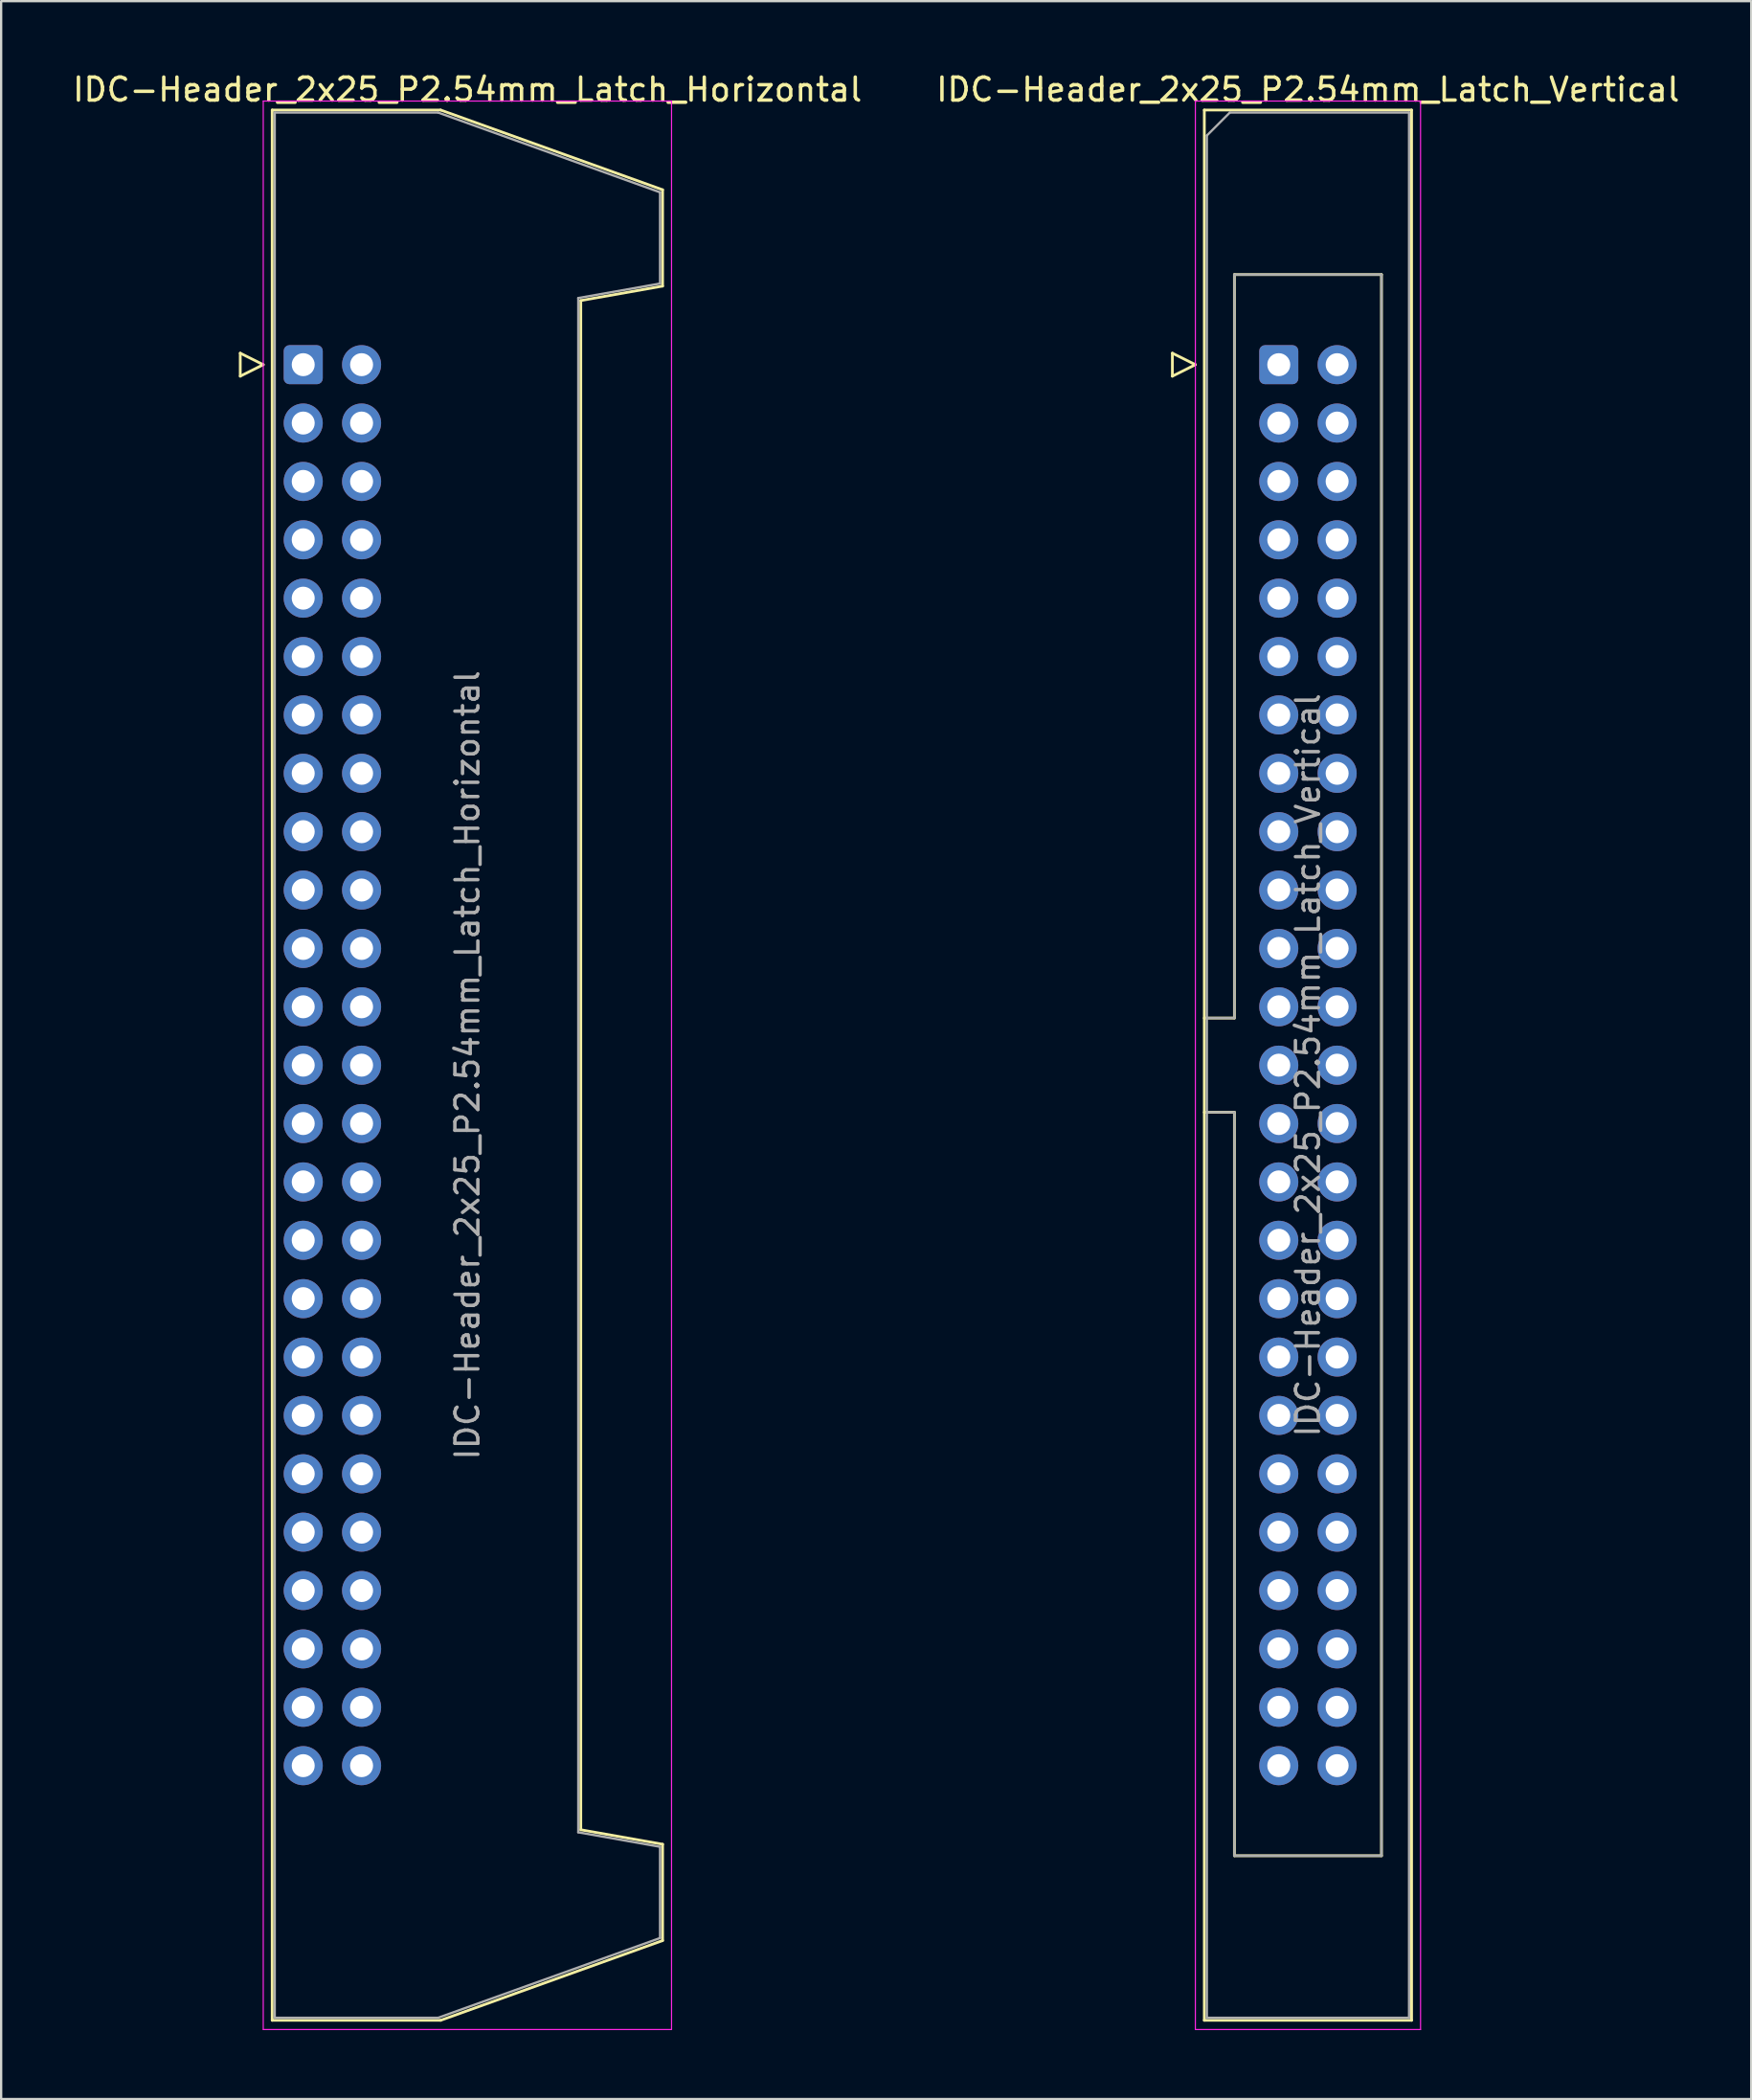
<source format=kicad_pcb>
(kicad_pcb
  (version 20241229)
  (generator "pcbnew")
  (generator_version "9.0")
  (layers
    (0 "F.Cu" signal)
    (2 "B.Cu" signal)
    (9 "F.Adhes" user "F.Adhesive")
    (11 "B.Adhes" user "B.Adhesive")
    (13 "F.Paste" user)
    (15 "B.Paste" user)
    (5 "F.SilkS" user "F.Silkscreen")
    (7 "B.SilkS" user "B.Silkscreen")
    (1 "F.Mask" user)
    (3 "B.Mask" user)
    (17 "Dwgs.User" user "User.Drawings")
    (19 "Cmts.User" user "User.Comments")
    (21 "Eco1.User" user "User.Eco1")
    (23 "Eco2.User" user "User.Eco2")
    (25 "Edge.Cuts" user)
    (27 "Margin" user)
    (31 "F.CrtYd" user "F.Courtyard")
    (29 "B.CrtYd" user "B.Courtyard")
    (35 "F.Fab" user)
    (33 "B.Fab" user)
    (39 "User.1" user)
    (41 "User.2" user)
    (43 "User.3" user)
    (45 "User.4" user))
  (footprint "IDC-Header_2x25_P2.54mm_Latch_Vertical"
    (layer "F.Cu")
    (at 52.605 12.818)
    (property "Reference" "IDC-Header_2x25_P2.54mm_Latch_Vertical" (at 1.27 -11.97 0) (layer "F.SilkS") (effects (font (size 1 1) (thickness 0.15))))
    (attr through_hole)
    (fp_line (start -4.63 -0.5) (end -4.63 0.5) (stroke (width 0.12) (type solid)) (layer "F.SilkS"))
    (fp_line (start -4.63 0.5) (end -3.63 0) (stroke (width 0.12) (type solid)) (layer "F.SilkS"))
    (fp_line (start -3.63 0) (end -4.63 -0.5) (stroke (width 0.12) (type solid)) (layer "F.SilkS"))
    (fp_line (start -3.24 -11.08) (end 5.78 -11.08) (stroke (width 0.12) (type solid)) (layer "F.SilkS"))
    (fp_line (start -3.24 28.43) (end -1.93 28.43) (stroke (width 0.12) (type solid)) (layer "F.SilkS"))
    (fp_line (start -3.24 72.04) (end -3.24 -11.08) (stroke (width 0.12) (type solid)) (layer "F.SilkS"))
    (fp_line (start -1.93 -3.92) (end 4.47 -3.92) (stroke (width 0.12) (type solid)) (layer "F.SilkS"))
    (fp_line (start -1.93 28.43) (end -1.93 -3.92) (stroke (width 0.12) (type solid)) (layer "F.SilkS"))
    (fp_line (start -1.93 32.53) (end -3.24 32.53) (stroke (width 0.12) (type solid)) (layer "F.SilkS"))
    (fp_line (start -1.93 64.88) (end -1.93 32.53) (stroke (width 0.12) (type solid)) (layer "F.SilkS"))
    (fp_line (start 4.47 -3.92) (end 4.47 64.88) (stroke (width 0.12) (type solid)) (layer "F.SilkS"))
    (fp_line (start 4.47 64.88) (end -1.93 64.88) (stroke (width 0.12) (type solid)) (layer "F.SilkS"))
    (fp_line (start 5.78 -11.08) (end 5.78 72.04) (stroke (width 0.12) (type solid)) (layer "F.SilkS"))
    (fp_line (start 5.78 72.04) (end -3.24 72.04) (stroke (width 0.12) (type solid)) (layer "F.SilkS"))
    (fp_line (start -3.63 -11.47) (end -3.63 72.44) (stroke (width 0.05) (type solid)) (layer "F.CrtYd"))
    (fp_line (start -3.63 72.44) (end 6.17 72.44) (stroke (width 0.05) (type solid)) (layer "F.CrtYd"))
    (fp_line (start 6.17 -11.47) (end -3.63 -11.47) (stroke (width 0.05) (type solid)) (layer "F.CrtYd"))
    (fp_line (start 6.17 72.44) (end 6.17 -11.47) (stroke (width 0.05) (type solid)) (layer "F.CrtYd"))
    (fp_line (start -3.13 -9.97) (end -2.13 -10.97) (stroke (width 0.1) (type solid)) (layer "F.Fab"))
    (fp_line (start -3.13 28.43) (end -1.93 28.43) (stroke (width 0.1) (type solid)) (layer "F.Fab"))
    (fp_line (start -3.13 71.93) (end -3.13 -9.97) (stroke (width 0.1) (type solid)) (layer "F.Fab"))
    (fp_line (start -2.13 -10.97) (end 5.67 -10.97) (stroke (width 0.1) (type solid)) (layer "F.Fab"))
    (fp_line (start -1.93 -3.92) (end 4.47 -3.92) (stroke (width 0.1) (type solid)) (layer "F.Fab"))
    (fp_line (start -1.93 28.43) (end -1.93 -3.92) (stroke (width 0.1) (type solid)) (layer "F.Fab"))
    (fp_line (start -1.93 32.53) (end -3.13 32.53) (stroke (width 0.1) (type solid)) (layer "F.Fab"))
    (fp_line (start -1.93 64.88) (end -1.93 32.53) (stroke (width 0.1) (type solid)) (layer "F.Fab"))
    (fp_line (start 4.47 -3.92) (end 4.47 64.88) (stroke (width 0.1) (type solid)) (layer "F.Fab"))
    (fp_line (start 4.47 64.88) (end -1.93 64.88) (stroke (width 0.1) (type solid)) (layer "F.Fab"))
    (fp_line (start 5.67 -10.97) (end 5.67 71.93) (stroke (width 0.1) (type solid)) (layer "F.Fab"))
    (fp_line (start 5.67 71.93) (end -3.13 71.93) (stroke (width 0.1) (type solid)) (layer "F.Fab"))
    (fp_text user "${REFERENCE}" (at 1.27 30.48 90) (layer "F.Fab") (effects (font (size 1 1) (thickness 0.15))))
    (pad "1" thru_hole roundrect (at 0 0) (size 1.7 1.7) (drill 1) (layers "*.Cu" "*.Mask") (roundrect_rratio 0.147))
    (pad "2" thru_hole circle (at 2.54 0) (size 1.7 1.7) (drill 1) (layers "*.Cu" "*.Mask"))
    (pad "3" thru_hole circle (at 0 2.54) (size 1.7 1.7) (drill 1) (layers "*.Cu" "*.Mask"))
    (pad "4" thru_hole circle (at 2.54 2.54) (size 1.7 1.7) (drill 1) (layers "*.Cu" "*.Mask"))
    (pad "5" thru_hole circle (at 0 5.08) (size 1.7 1.7) (drill 1) (layers "*.Cu" "*.Mask"))
    (pad "6" thru_hole circle (at 2.54 5.08) (size 1.7 1.7) (drill 1) (layers "*.Cu" "*.Mask"))
    (pad "7" thru_hole circle (at 0 7.62) (size 1.7 1.7) (drill 1) (layers "*.Cu" "*.Mask"))
    (pad "8" thru_hole circle (at 2.54 7.62) (size 1.7 1.7) (drill 1) (layers "*.Cu" "*.Mask"))
    (pad "9" thru_hole circle (at 0 10.16) (size 1.7 1.7) (drill 1) (layers "*.Cu" "*.Mask"))
    (pad "10" thru_hole circle (at 2.54 10.16) (size 1.7 1.7) (drill 1) (layers "*.Cu" "*.Mask"))
    (pad "11" thru_hole circle (at 0 12.7) (size 1.7 1.7) (drill 1) (layers "*.Cu" "*.Mask"))
    (pad "12" thru_hole circle (at 2.54 12.7) (size 1.7 1.7) (drill 1) (layers "*.Cu" "*.Mask"))
    (pad "13" thru_hole circle (at 0 15.24) (size 1.7 1.7) (drill 1) (layers "*.Cu" "*.Mask"))
    (pad "14" thru_hole circle (at 2.54 15.24) (size 1.7 1.7) (drill 1) (layers "*.Cu" "*.Mask"))
    (pad "15" thru_hole circle (at 0 17.78) (size 1.7 1.7) (drill 1) (layers "*.Cu" "*.Mask"))
    (pad "16" thru_hole circle (at 2.54 17.78) (size 1.7 1.7) (drill 1) (layers "*.Cu" "*.Mask"))
    (pad "17" thru_hole circle (at 0 20.32) (size 1.7 1.7) (drill 1) (layers "*.Cu" "*.Mask"))
    (pad "18" thru_hole circle (at 2.54 20.32) (size 1.7 1.7) (drill 1) (layers "*.Cu" "*.Mask"))
    (pad "19" thru_hole circle (at 0 22.86) (size 1.7 1.7) (drill 1) (layers "*.Cu" "*.Mask"))
    (pad "20" thru_hole circle (at 2.54 22.86) (size 1.7 1.7) (drill 1) (layers "*.Cu" "*.Mask"))
    (pad "21" thru_hole circle (at 0 25.4) (size 1.7 1.7) (drill 1) (layers "*.Cu" "*.Mask"))
    (pad "22" thru_hole circle (at 2.54 25.4) (size 1.7 1.7) (drill 1) (layers "*.Cu" "*.Mask"))
    (pad "23" thru_hole circle (at 0 27.94) (size 1.7 1.7) (drill 1) (layers "*.Cu" "*.Mask"))
    (pad "24" thru_hole circle (at 2.54 27.94) (size 1.7 1.7) (drill 1) (layers "*.Cu" "*.Mask"))
    (pad "25" thru_hole circle (at 0 30.48) (size 1.7 1.7) (drill 1) (layers "*.Cu" "*.Mask"))
    (pad "26" thru_hole circle (at 2.54 30.48) (size 1.7 1.7) (drill 1) (layers "*.Cu" "*.Mask"))
    (pad "27" thru_hole circle (at 0 33.02) (size 1.7 1.7) (drill 1) (layers "*.Cu" "*.Mask"))
    (pad "28" thru_hole circle (at 2.54 33.02) (size 1.7 1.7) (drill 1) (layers "*.Cu" "*.Mask"))
    (pad "29" thru_hole circle (at 0 35.56) (size 1.7 1.7) (drill 1) (layers "*.Cu" "*.Mask"))
    (pad "30" thru_hole circle (at 2.54 35.56) (size 1.7 1.7) (drill 1) (layers "*.Cu" "*.Mask"))
    (pad "31" thru_hole circle (at 0 38.1) (size 1.7 1.7) (drill 1) (layers "*.Cu" "*.Mask"))
    (pad "32" thru_hole circle (at 2.54 38.1) (size 1.7 1.7) (drill 1) (layers "*.Cu" "*.Mask"))
    (pad "33" thru_hole circle (at 0 40.64) (size 1.7 1.7) (drill 1) (layers "*.Cu" "*.Mask"))
    (pad "34" thru_hole circle (at 2.54 40.64) (size 1.7 1.7) (drill 1) (layers "*.Cu" "*.Mask"))
    (pad "35" thru_hole circle (at 0 43.18) (size 1.7 1.7) (drill 1) (layers "*.Cu" "*.Mask"))
    (pad "36" thru_hole circle (at 2.54 43.18) (size 1.7 1.7) (drill 1) (layers "*.Cu" "*.Mask"))
    (pad "37" thru_hole circle (at 0 45.72) (size 1.7 1.7) (drill 1) (layers "*.Cu" "*.Mask"))
    (pad "38" thru_hole circle (at 2.54 45.72) (size 1.7 1.7) (drill 1) (layers "*.Cu" "*.Mask"))
    (pad "39" thru_hole circle (at 0 48.26) (size 1.7 1.7) (drill 1) (layers "*.Cu" "*.Mask"))
    (pad "40" thru_hole circle (at 2.54 48.26) (size 1.7 1.7) (drill 1) (layers "*.Cu" "*.Mask"))
    (pad "41" thru_hole circle (at 0 50.8) (size 1.7 1.7) (drill 1) (layers "*.Cu" "*.Mask"))
    (pad "42" thru_hole circle (at 2.54 50.8) (size 1.7 1.7) (drill 1) (layers "*.Cu" "*.Mask"))
    (pad "43" thru_hole circle (at 0 53.34) (size 1.7 1.7) (drill 1) (layers "*.Cu" "*.Mask"))
    (pad "44" thru_hole circle (at 2.54 53.34) (size 1.7 1.7) (drill 1) (layers "*.Cu" "*.Mask"))
    (pad "45" thru_hole circle (at 0 55.88) (size 1.7 1.7) (drill 1) (layers "*.Cu" "*.Mask"))
    (pad "46" thru_hole circle (at 2.54 55.88) (size 1.7 1.7) (drill 1) (layers "*.Cu" "*.Mask"))
    (pad "47" thru_hole circle (at 0 58.42) (size 1.7 1.7) (drill 1) (layers "*.Cu" "*.Mask"))
    (pad "48" thru_hole circle (at 2.54 58.42) (size 1.7 1.7) (drill 1) (layers "*.Cu" "*.Mask"))
    (pad "49" thru_hole circle (at 0 60.96) (size 1.7 1.7) (drill 1) (layers "*.Cu" "*.Mask"))
    (pad "50" thru_hole circle (at 2.54 60.96) (size 1.7 1.7) (drill 1) (layers "*.Cu" "*.Mask")))
  (footprint "IDC-Header_2x25_P2.54mm_Latch_Horizontal"
    (layer "F.Cu")
    (at 10.147 12.818)
    (property "Reference" "IDC-Header_2x25_P2.54mm_Latch_Horizontal" (at 7.145 -11.97 0) (layer "F.SilkS") (effects (font (size 1 1) (thickness 0.15))))
    (attr through_hole)
    (fp_line (start -2.74 -0.5) (end -2.74 0.5) (stroke (width 0.12) (type solid)) (layer "F.SilkS"))
    (fp_line (start -2.74 0.5) (end -1.74 0) (stroke (width 0.12) (type solid)) (layer "F.SilkS"))
    (fp_line (start -1.74 0) (end -2.74 -0.5) (stroke (width 0.12) (type solid)) (layer "F.SilkS"))
    (fp_line (start -1.35 -11.08) (end 5.98 -11.08) (stroke (width 0.12) (type solid)) (layer "F.SilkS"))
    (fp_line (start -1.35 72.04) (end -1.35 -11.08) (stroke (width 0.12) (type solid)) (layer "F.SilkS"))
    (fp_line (start 5.98 -11.08) (end 15.64 -7.61) (stroke (width 0.12) (type solid)) (layer "F.SilkS"))
    (fp_line (start 5.98 72.04) (end -1.35 72.04) (stroke (width 0.12) (type solid)) (layer "F.SilkS"))
    (fp_line (start 12.08 -2.79) (end 12.08 63.75) (stroke (width 0.12) (type solid)) (layer "F.SilkS"))
    (fp_line (start 12.08 63.75) (end 15.64 64.38) (stroke (width 0.12) (type solid)) (layer "F.SilkS"))
    (fp_line (start 15.64 -7.61) (end 15.64 -3.42) (stroke (width 0.12) (type solid)) (layer "F.SilkS"))
    (fp_line (start 15.64 -3.42) (end 12.08 -2.79) (stroke (width 0.12) (type solid)) (layer "F.SilkS"))
    (fp_line (start 15.64 64.38) (end 15.64 68.57) (stroke (width 0.12) (type solid)) (layer "F.SilkS"))
    (fp_line (start 15.64 68.57) (end 5.98 72.04) (stroke (width 0.12) (type solid)) (layer "F.SilkS"))
    (fp_line (start -1.74 -11.47) (end -1.74 72.44) (stroke (width 0.05) (type solid)) (layer "F.CrtYd"))
    (fp_line (start -1.74 72.44) (end 16.03 72.44) (stroke (width 0.05) (type solid)) (layer "F.CrtYd"))
    (fp_line (start 16.03 -11.47) (end -1.74 -11.47) (stroke (width 0.05) (type solid)) (layer "F.CrtYd"))
    (fp_line (start 16.03 72.44) (end 16.03 -11.47) (stroke (width 0.05) (type solid)) (layer "F.CrtYd"))
    (fp_line (start -1.24 -10.97) (end 5.87 -10.97) (stroke (width 0.1) (type solid)) (layer "F.Fab"))
    (fp_line (start -1.24 71.93) (end -1.24 -10.97) (stroke (width 0.1) (type solid)) (layer "F.Fab"))
    (fp_line (start 5.87 -10.97) (end 15.53 -7.5) (stroke (width 0.1) (type solid)) (layer "F.Fab"))
    (fp_line (start 5.87 71.93) (end -1.24 71.93) (stroke (width 0.1) (type solid)) (layer "F.Fab"))
    (fp_line (start 11.97 -2.9) (end 11.97 63.86) (stroke (width 0.1) (type solid)) (layer "F.Fab"))
    (fp_line (start 11.97 63.86) (end 15.53 64.49) (stroke (width 0.1) (type solid)) (layer "F.Fab"))
    (fp_line (start 15.53 -7.5) (end 15.53 -3.53) (stroke (width 0.1) (type solid)) (layer "F.Fab"))
    (fp_line (start 15.53 -3.53) (end 11.97 -2.9) (stroke (width 0.1) (type solid)) (layer "F.Fab"))
    (fp_line (start 15.53 64.49) (end 15.53 68.46) (stroke (width 0.1) (type solid)) (layer "F.Fab"))
    (fp_line (start 15.53 68.46) (end 5.87 71.93) (stroke (width 0.1) (type solid)) (layer "F.Fab"))
    (fp_text user "${REFERENCE}" (at 7.145 30.48 90) (layer "F.Fab") (effects (font (size 1 1) (thickness 0.15))))
    (pad "1" thru_hole roundrect (at 0 0) (size 1.7 1.7) (drill 1) (layers "*.Cu" "*.Mask") (roundrect_rratio 0.147))
    (pad "2" thru_hole circle (at 2.54 0) (size 1.7 1.7) (drill 1) (layers "*.Cu" "*.Mask"))
    (pad "3" thru_hole circle (at 0 2.54) (size 1.7 1.7) (drill 1) (layers "*.Cu" "*.Mask"))
    (pad "4" thru_hole circle (at 2.54 2.54) (size 1.7 1.7) (drill 1) (layers "*.Cu" "*.Mask"))
    (pad "5" thru_hole circle (at 0 5.08) (size 1.7 1.7) (drill 1) (layers "*.Cu" "*.Mask"))
    (pad "6" thru_hole circle (at 2.54 5.08) (size 1.7 1.7) (drill 1) (layers "*.Cu" "*.Mask"))
    (pad "7" thru_hole circle (at 0 7.62) (size 1.7 1.7) (drill 1) (layers "*.Cu" "*.Mask"))
    (pad "8" thru_hole circle (at 2.54 7.62) (size 1.7 1.7) (drill 1) (layers "*.Cu" "*.Mask"))
    (pad "9" thru_hole circle (at 0 10.16) (size 1.7 1.7) (drill 1) (layers "*.Cu" "*.Mask"))
    (pad "10" thru_hole circle (at 2.54 10.16) (size 1.7 1.7) (drill 1) (layers "*.Cu" "*.Mask"))
    (pad "11" thru_hole circle (at 0 12.7) (size 1.7 1.7) (drill 1) (layers "*.Cu" "*.Mask"))
    (pad "12" thru_hole circle (at 2.54 12.7) (size 1.7 1.7) (drill 1) (layers "*.Cu" "*.Mask"))
    (pad "13" thru_hole circle (at 0 15.24) (size 1.7 1.7) (drill 1) (layers "*.Cu" "*.Mask"))
    (pad "14" thru_hole circle (at 2.54 15.24) (size 1.7 1.7) (drill 1) (layers "*.Cu" "*.Mask"))
    (pad "15" thru_hole circle (at 0 17.78) (size 1.7 1.7) (drill 1) (layers "*.Cu" "*.Mask"))
    (pad "16" thru_hole circle (at 2.54 17.78) (size 1.7 1.7) (drill 1) (layers "*.Cu" "*.Mask"))
    (pad "17" thru_hole circle (at 0 20.32) (size 1.7 1.7) (drill 1) (layers "*.Cu" "*.Mask"))
    (pad "18" thru_hole circle (at 2.54 20.32) (size 1.7 1.7) (drill 1) (layers "*.Cu" "*.Mask"))
    (pad "19" thru_hole circle (at 0 22.86) (size 1.7 1.7) (drill 1) (layers "*.Cu" "*.Mask"))
    (pad "20" thru_hole circle (at 2.54 22.86) (size 1.7 1.7) (drill 1) (layers "*.Cu" "*.Mask"))
    (pad "21" thru_hole circle (at 0 25.4) (size 1.7 1.7) (drill 1) (layers "*.Cu" "*.Mask"))
    (pad "22" thru_hole circle (at 2.54 25.4) (size 1.7 1.7) (drill 1) (layers "*.Cu" "*.Mask"))
    (pad "23" thru_hole circle (at 0 27.94) (size 1.7 1.7) (drill 1) (layers "*.Cu" "*.Mask"))
    (pad "24" thru_hole circle (at 2.54 27.94) (size 1.7 1.7) (drill 1) (layers "*.Cu" "*.Mask"))
    (pad "25" thru_hole circle (at 0 30.48) (size 1.7 1.7) (drill 1) (layers "*.Cu" "*.Mask"))
    (pad "26" thru_hole circle (at 2.54 30.48) (size 1.7 1.7) (drill 1) (layers "*.Cu" "*.Mask"))
    (pad "27" thru_hole circle (at 0 33.02) (size 1.7 1.7) (drill 1) (layers "*.Cu" "*.Mask"))
    (pad "28" thru_hole circle (at 2.54 33.02) (size 1.7 1.7) (drill 1) (layers "*.Cu" "*.Mask"))
    (pad "29" thru_hole circle (at 0 35.56) (size 1.7 1.7) (drill 1) (layers "*.Cu" "*.Mask"))
    (pad "30" thru_hole circle (at 2.54 35.56) (size 1.7 1.7) (drill 1) (layers "*.Cu" "*.Mask"))
    (pad "31" thru_hole circle (at 0 38.1) (size 1.7 1.7) (drill 1) (layers "*.Cu" "*.Mask"))
    (pad "32" thru_hole circle (at 2.54 38.1) (size 1.7 1.7) (drill 1) (layers "*.Cu" "*.Mask"))
    (pad "33" thru_hole circle (at 0 40.64) (size 1.7 1.7) (drill 1) (layers "*.Cu" "*.Mask"))
    (pad "34" thru_hole circle (at 2.54 40.64) (size 1.7 1.7) (drill 1) (layers "*.Cu" "*.Mask"))
    (pad "35" thru_hole circle (at 0 43.18) (size 1.7 1.7) (drill 1) (layers "*.Cu" "*.Mask"))
    (pad "36" thru_hole circle (at 2.54 43.18) (size 1.7 1.7) (drill 1) (layers "*.Cu" "*.Mask"))
    (pad "37" thru_hole circle (at 0 45.72) (size 1.7 1.7) (drill 1) (layers "*.Cu" "*.Mask"))
    (pad "38" thru_hole circle (at 2.54 45.72) (size 1.7 1.7) (drill 1) (layers "*.Cu" "*.Mask"))
    (pad "39" thru_hole circle (at 0 48.26) (size 1.7 1.7) (drill 1) (layers "*.Cu" "*.Mask"))
    (pad "40" thru_hole circle (at 2.54 48.26) (size 1.7 1.7) (drill 1) (layers "*.Cu" "*.Mask"))
    (pad "41" thru_hole circle (at 0 50.8) (size 1.7 1.7) (drill 1) (layers "*.Cu" "*.Mask"))
    (pad "42" thru_hole circle (at 2.54 50.8) (size 1.7 1.7) (drill 1) (layers "*.Cu" "*.Mask"))
    (pad "43" thru_hole circle (at 0 53.34) (size 1.7 1.7) (drill 1) (layers "*.Cu" "*.Mask"))
    (pad "44" thru_hole circle (at 2.54 53.34) (size 1.7 1.7) (drill 1) (layers "*.Cu" "*.Mask"))
    (pad "45" thru_hole circle (at 0 55.88) (size 1.7 1.7) (drill 1) (layers "*.Cu" "*.Mask"))
    (pad "46" thru_hole circle (at 2.54 55.88) (size 1.7 1.7) (drill 1) (layers "*.Cu" "*.Mask"))
    (pad "47" thru_hole circle (at 0 58.42) (size 1.7 1.7) (drill 1) (layers "*.Cu" "*.Mask"))
    (pad "48" thru_hole circle (at 2.54 58.42) (size 1.7 1.7) (drill 1) (layers "*.Cu" "*.Mask"))
    (pad "49" thru_hole circle (at 0 60.96) (size 1.7 1.7) (drill 1) (layers "*.Cu" "*.Mask"))
    (pad "50" thru_hole circle (at 2.54 60.96) (size 1.7 1.7) (drill 1) (layers "*.Cu" "*.Mask")))
  (gr_rect
    (start -3 -3)
    (end 73.167 88.283)
    (stroke (width 0.1) (type default))
    (fill no)
    (layer "Edge.Cuts")))
</source>
